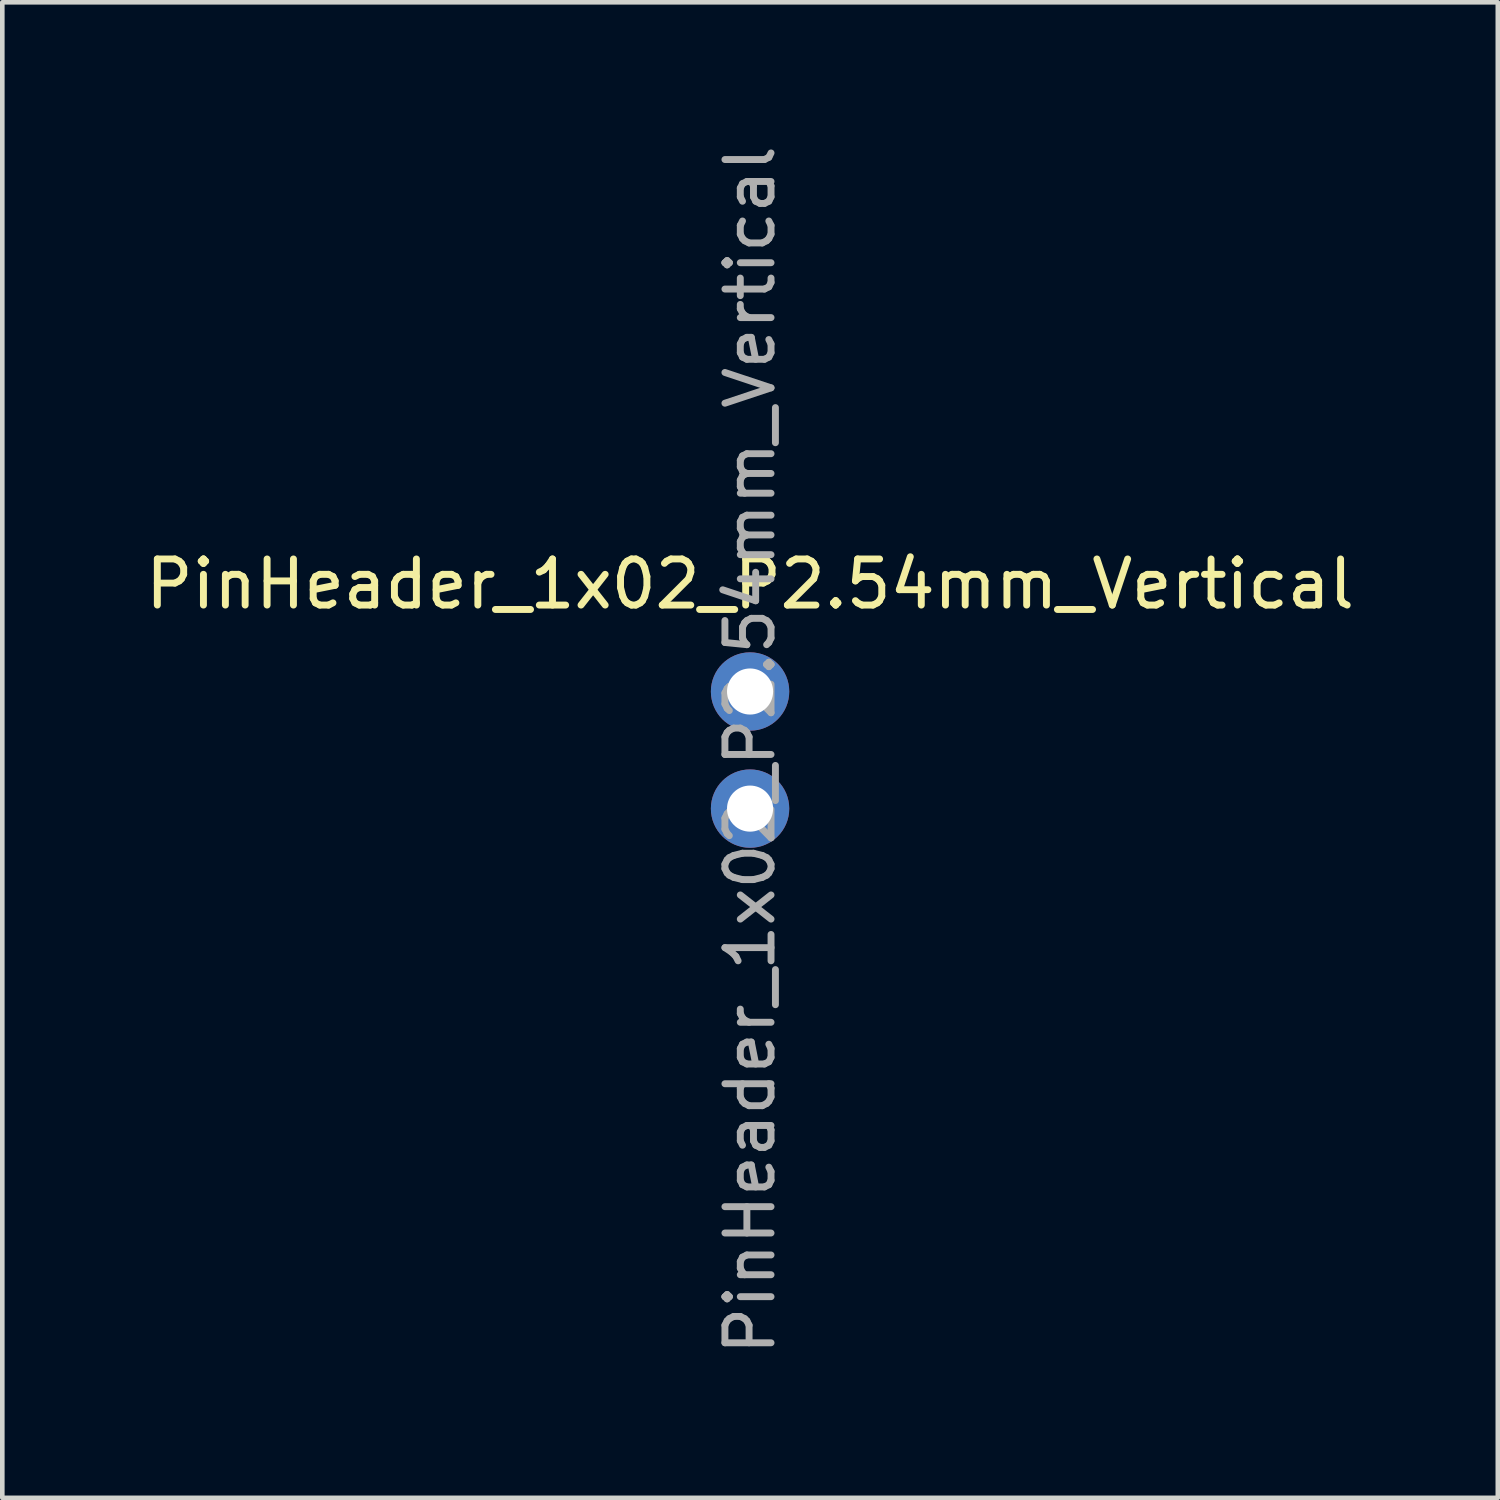
<source format=kicad_pcb>
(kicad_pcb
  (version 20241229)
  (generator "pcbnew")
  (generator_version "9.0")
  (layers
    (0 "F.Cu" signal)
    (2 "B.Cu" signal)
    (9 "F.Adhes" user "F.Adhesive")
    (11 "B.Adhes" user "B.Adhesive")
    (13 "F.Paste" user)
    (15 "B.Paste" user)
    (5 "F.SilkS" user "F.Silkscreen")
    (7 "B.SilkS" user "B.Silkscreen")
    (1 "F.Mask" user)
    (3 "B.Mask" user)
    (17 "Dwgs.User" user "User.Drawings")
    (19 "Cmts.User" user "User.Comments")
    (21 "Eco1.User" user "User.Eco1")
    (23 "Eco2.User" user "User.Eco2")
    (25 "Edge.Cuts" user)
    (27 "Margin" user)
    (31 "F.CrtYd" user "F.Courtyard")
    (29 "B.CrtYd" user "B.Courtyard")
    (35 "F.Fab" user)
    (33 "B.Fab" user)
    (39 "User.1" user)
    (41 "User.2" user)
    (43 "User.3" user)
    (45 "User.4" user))
  (footprint "PinHeader_1x02_P2.54mm_Vertical"
    (layer "F.Cu")
    (at 13.22 11.95)
    (property "Reference" "PinHeader_1x02_P2.54mm_Vertical" (at 0 -2.33 0) (layer "F.SilkS") (effects (font (size 1 1) (thickness 0.15))))
    (attr through_hole)
    (fp_text user "${REFERENCE}" (at 0 1.27 90) (layer "F.Fab") (effects (font (size 1 1) (thickness 0.15))))
    (pad "1" thru_hole circle (at 0 0) (size 1.7 1.7) (drill 1) (layers "*.Cu" "*.Mask"))
    (pad "2" thru_hole oval (at 0 2.54) (size 1.7 1.7) (drill 1) (layers "*.Cu" "*.Mask")))
  (gr_rect
    (start -3 -3)
    (end 29.44 29.44)
    (stroke (width 0.1) (type default))
    (fill no)
    (layer "Edge.Cuts")))
</source>
